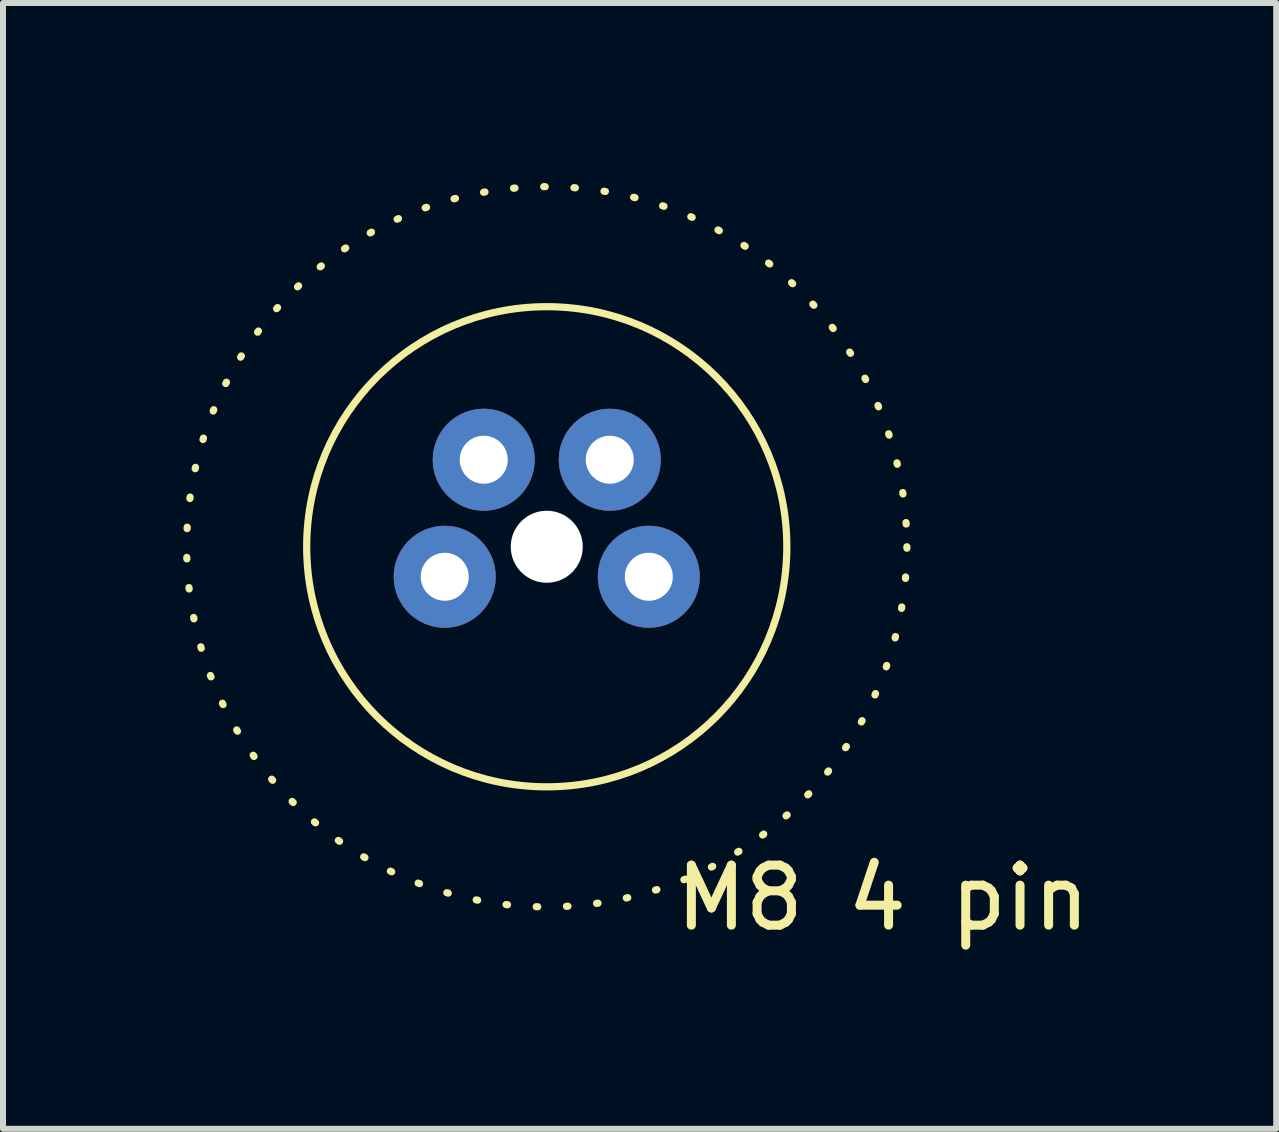
<source format=kicad_pcb>
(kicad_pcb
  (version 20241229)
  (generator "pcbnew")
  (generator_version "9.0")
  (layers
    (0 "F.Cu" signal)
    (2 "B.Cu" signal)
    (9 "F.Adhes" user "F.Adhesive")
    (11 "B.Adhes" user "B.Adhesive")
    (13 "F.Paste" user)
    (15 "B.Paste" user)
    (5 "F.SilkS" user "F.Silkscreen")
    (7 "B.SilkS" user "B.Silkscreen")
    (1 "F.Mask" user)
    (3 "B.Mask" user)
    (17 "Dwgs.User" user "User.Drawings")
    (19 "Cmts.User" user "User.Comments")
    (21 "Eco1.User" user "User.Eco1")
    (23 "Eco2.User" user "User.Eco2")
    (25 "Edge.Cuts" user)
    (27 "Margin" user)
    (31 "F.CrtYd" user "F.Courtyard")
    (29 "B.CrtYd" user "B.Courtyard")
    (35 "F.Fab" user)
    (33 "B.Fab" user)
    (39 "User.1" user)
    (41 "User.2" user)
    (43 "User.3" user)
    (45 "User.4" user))
  (footprint "M8 4 pin"
    (layer "F.Cu")
    (at 6.06 6.06)
    (property "Reference" "M8 4 pin" (at 5.6 5.85 0) (unlocked yes) (layer "F.SilkS") (effects (font (size 1 1) (thickness 0.15))))
    (attr through_hole)
    (fp_circle (center 0 0) (end 4 0) (stroke (width 0.12) (type default)) (fill no) (layer "F.SilkS"))
    (fp_circle (center 0 0) (end 6 0) (stroke (width 0.12) (type dot)) (fill no) (layer "F.SilkS"))
    (pad "" np_thru_hole circle (at 0 0) (size 1.2 1.2) (drill 1.2) (layers "*.Cu" "*.Mask"))
    (pad "1" thru_hole circle (at -1.7 0.5) (size 1.7 1.7) (drill 0.8) (layers "*.Cu" "*.Mask"))
    (pad "2" thru_hole circle (at -1.05 -1.45) (size 1.7 1.7) (drill 0.8) (layers "*.Cu" "*.Mask"))
    (pad "3" thru_hole circle (at 1.7 0.5) (size 1.7 1.7) (drill 0.8) (layers "*.Cu" "*.Mask"))
    (pad "4" thru_hole circle (at 1.05 -1.45) (size 1.7 1.7) (drill 0.8) (layers "*.Cu" "*.Mask")))
  (gr_rect
    (start -3 -3)
    (end 18.214 15.758)
    (stroke (width 0.1) (type default))
    (fill no)
    (layer "Edge.Cuts")))
</source>
